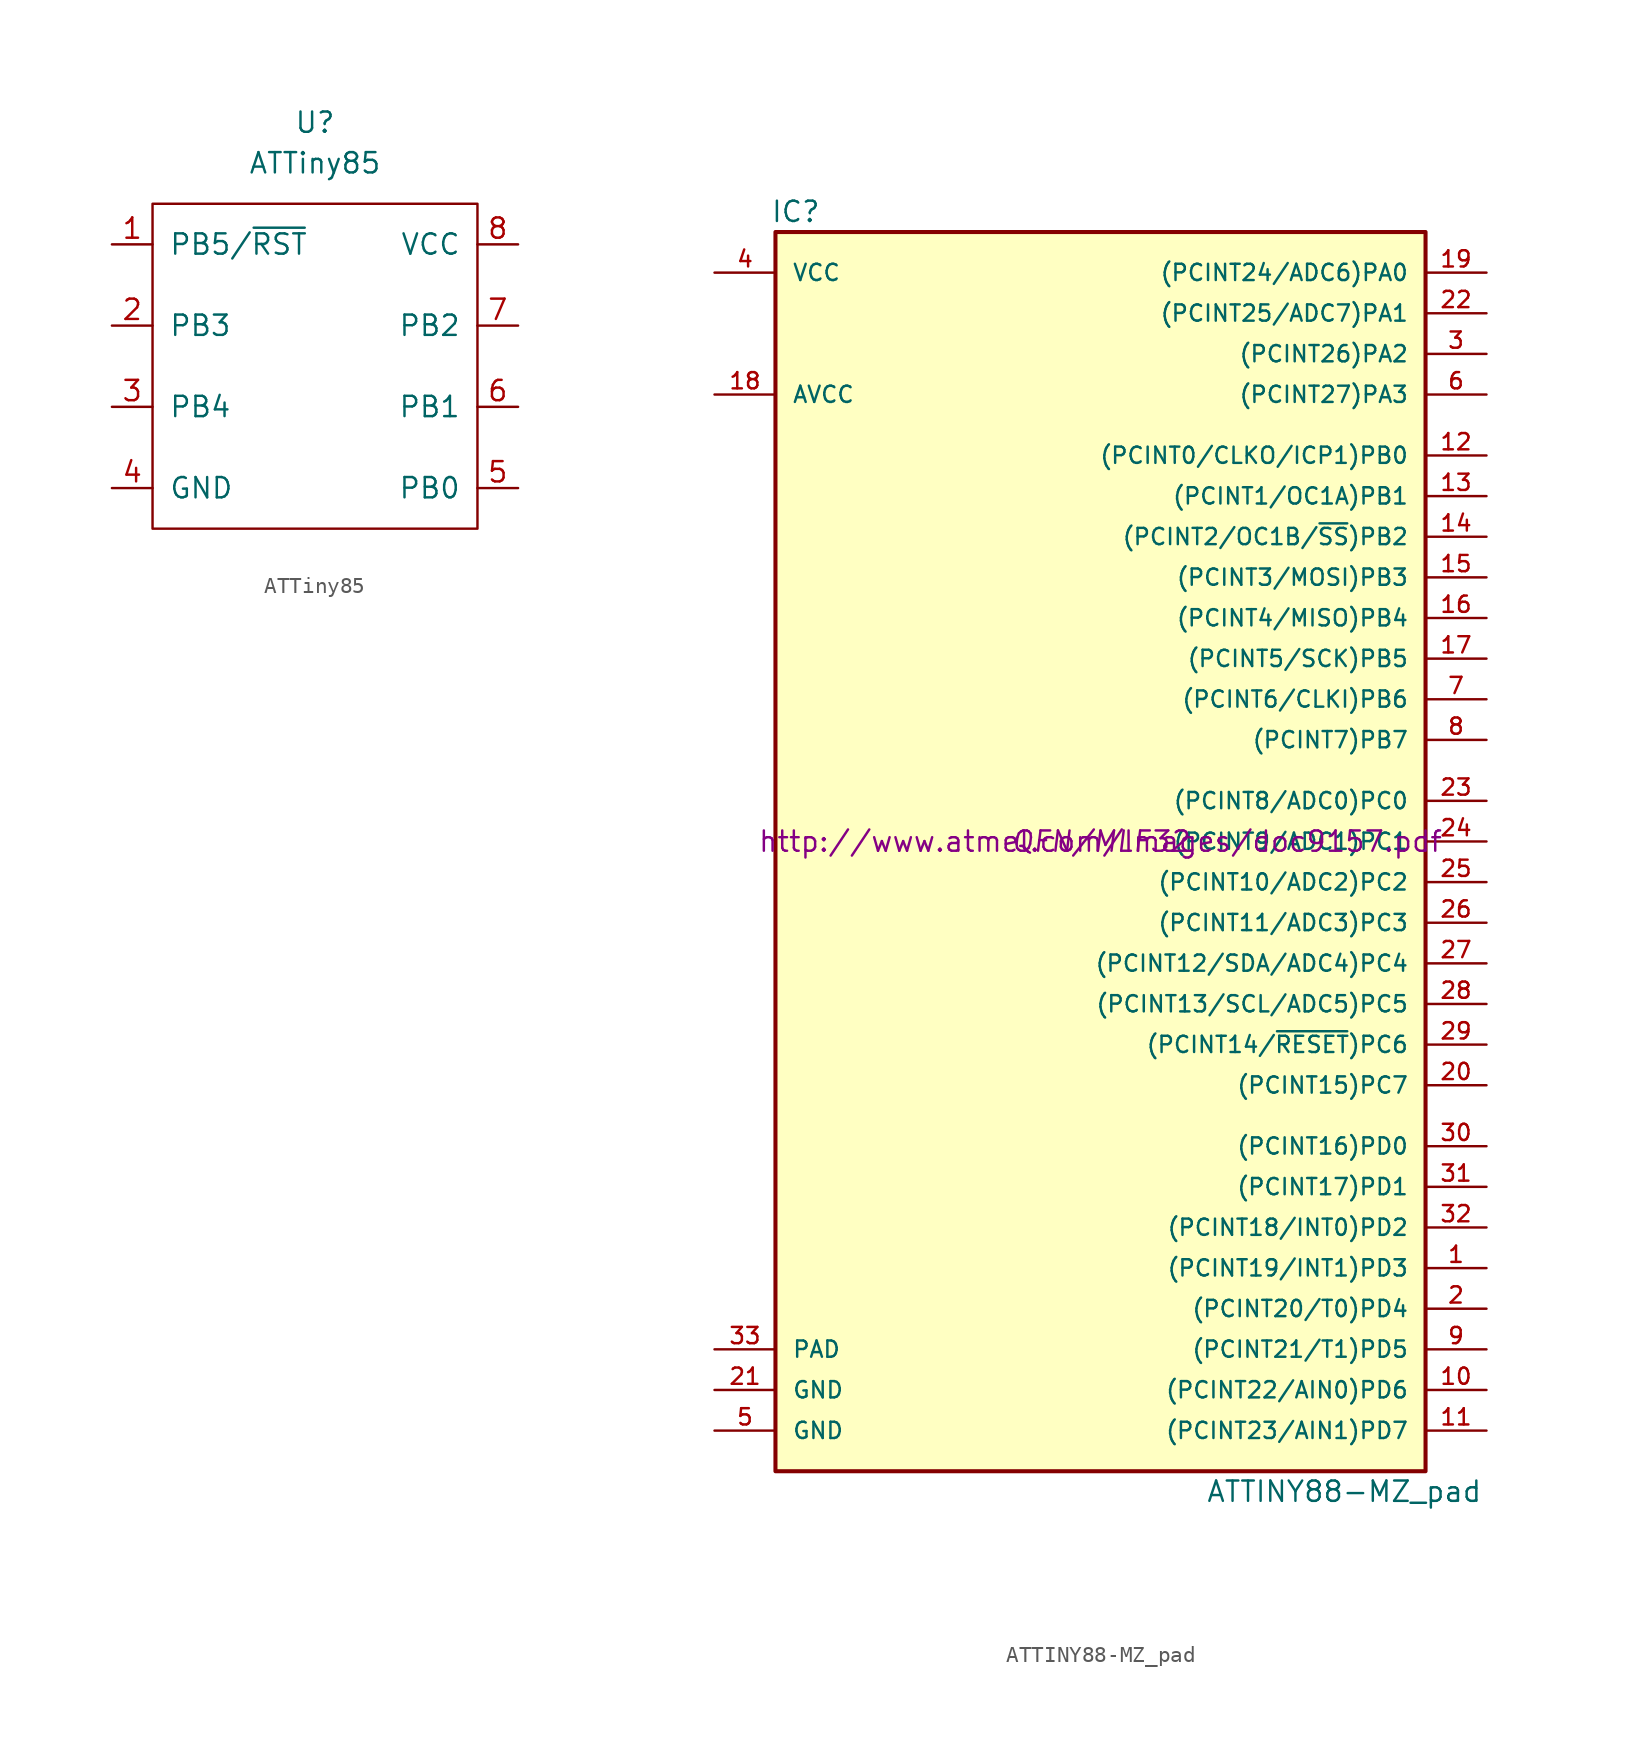
<source format=kicad_sym>
(kicad_symbol_lib
  (version 20211014)
  (generator kicad_symbol_editor)
  (symbol "ATTiny85"
    (pin_names
      (offset 1.016))
    (property "Reference" "U"
      (at 0 15.24 0)
      (effects (font (size 1.27 1.27))))
    (property "Value" "ATTiny85"
      (at 0 12.7 0)
      (effects (font (size 1.27 1.27))))
    (symbol "ATTiny85_0_1"
      (rectangle (start -10.16 10.16) (end 10.16 -10.16) (stroke (width 0) (type default) (color 0 0 0 0)) (fill (type none))))
    (symbol "ATTiny85_1_1"
      (pin input line (at -12.7 7.62 0) (length 2.54) (name "PB5/~{RST}" (effects (font (size 1.27 1.27)))) (number "1" (effects (font (size 1.27 1.27)))))
      (pin input line (at -12.7 2.54 0) (length 2.54) (name "PB3" (effects (font (size 1.27 1.27)))) (number "2" (effects (font (size 1.27 1.27)))))
      (pin input line (at -12.7 -2.54 0) (length 2.54) (name "PB4" (effects (font (size 1.27 1.27)))) (number "3" (effects (font (size 1.27 1.27)))))
      (pin passive line (at -12.7 -7.62 0) (length 2.54) (name "GND" (effects (font (size 1.27 1.27)))) (number "4" (effects (font (size 1.27 1.27)))))
      (pin passive line (at 12.7 -7.62 180) (length 2.54) (name "PB0" (effects (font (size 1.27 1.27)))) (number "5" (effects (font (size 1.27 1.27)))))
      (pin passive line (at 12.7 -2.54 180) (length 2.54) (name "PB1" (effects (font (size 1.27 1.27)))) (number "6" (effects (font (size 1.27 1.27)))))
      (pin passive line (at 12.7 2.54 180) (length 2.54) (name "PB2" (effects (font (size 1.27 1.27)))) (number "7" (effects (font (size 1.27 1.27)))))
      (pin power_in line (at 12.7 7.62 180) (length 2.54) (name "VCC" (effects (font (size 1.27 1.27)))) (number "8" (effects (font (size 1.27 1.27)))))))
  (symbol "ATTINY88-MZ_pad"
    (pin_names
      (offset 1.016))
    (property "Reference" "IC"
      (at -19.05 39.37 0)
      (effects (font (size 1.27 1.27))))
    (property "Value" "ATTINY88-MZ_pad"
      (at 15.24 -40.64 0)
      (effects (font (size 1.27 1.27))))
    (property "Footprint" "QFN/MLF32"
      (at 0 0 0)
      (effects (font (size 1.27 1.27) italic)))
    (property "Datasheet" "http://www.atmel.com/Images/doc9157.pdf"
      (at 0 0 0)
      (effects (font (size 1.27 1.27))))
    (symbol "ATTINY88-MZ_pad_0_1"
      (rectangle (start -20.32 38.1) (end 20.32 -39.37) (stroke (width 0.254) (type default) (color 0 0 0 0)) (fill (type background))))
    (symbol "ATTINY88-MZ_pad_1_1"
      (pin bidirectional line (at 24.13 -26.67 180) (length 3.81) (name "(PCINT19/INT1)PD3" (effects (font (size 1.016 1.016)))) (number "1" (effects (font (size 1.016 1.016)))))
      (pin bidirectional line (at 24.13 -34.29 180) (length 3.81) (name "(PCINT22/AIN0)PD6" (effects (font (size 1.016 1.016)))) (number "10" (effects (font (size 1.016 1.016)))))
      (pin bidirectional line (at 24.13 -36.83 180) (length 3.81) (name "(PCINT23/AIN1)PD7" (effects (font (size 1.016 1.016)))) (number "11" (effects (font (size 1.016 1.016)))))
      (pin bidirectional line (at 24.13 24.13 180) (length 3.81) (name "(PCINT0/CLKO/ICP1)PB0" (effects (font (size 1.016 1.016)))) (number "12" (effects (font (size 1.016 1.016)))))
      (pin bidirectional line (at 24.13 21.59 180) (length 3.81) (name "(PCINT1/OC1A)PB1" (effects (font (size 1.016 1.016)))) (number "13" (effects (font (size 1.016 1.016)))))
      (pin bidirectional line (at 24.13 19.05 180) (length 3.81) (name "(PCINT2/OC1B/~{SS})PB2" (effects (font (size 1.016 1.016)))) (number "14" (effects (font (size 1.016 1.016)))))
      (pin bidirectional line (at 24.13 16.51 180) (length 3.81) (name "(PCINT3/MOSI)PB3" (effects (font (size 1.016 1.016)))) (number "15" (effects (font (size 1.016 1.016)))))
      (pin bidirectional line (at 24.13 13.97 180) (length 3.81) (name "(PCINT4/MISO)PB4" (effects (font (size 1.016 1.016)))) (number "16" (effects (font (size 1.016 1.016)))))
      (pin bidirectional line (at 24.13 11.43 180) (length 3.81) (name "(PCINT5/SCK)PB5" (effects (font (size 1.016 1.016)))) (number "17" (effects (font (size 1.016 1.016)))))
      (pin power_in line (at -24.13 27.94 0) (length 3.81) (name "AVCC" (effects (font (size 1.016 1.016)))) (number "18" (effects (font (size 1.016 1.016)))))
      (pin bidirectional line (at 24.13 35.56 180) (length 3.81) (name "(PCINT24/ADC6)PA0" (effects (font (size 1.016 1.016)))) (number "19" (effects (font (size 1.016 1.016)))))
      (pin bidirectional line (at 24.13 -29.21 180) (length 3.81) (name "(PCINT20/T0)PD4" (effects (font (size 1.016 1.016)))) (number "2" (effects (font (size 1.016 1.016)))))
      (pin bidirectional line (at 24.13 -15.24 180) (length 3.81) (name "(PCINT15)PC7" (effects (font (size 1.016 1.016)))) (number "20" (effects (font (size 1.016 1.016)))))
      (pin power_in line (at -24.13 -34.29 0) (length 3.81) (name "GND" (effects (font (size 1.016 1.016)))) (number "21" (effects (font (size 1.016 1.016)))))
      (pin bidirectional line (at 24.13 33.02 180) (length 3.81) (name "(PCINT25/ADC7)PA1" (effects (font (size 1.016 1.016)))) (number "22" (effects (font (size 1.016 1.016)))))
      (pin bidirectional line (at 24.13 2.54 180) (length 3.81) (name "(PCINT8/ADC0)PC0" (effects (font (size 1.016 1.016)))) (number "23" (effects (font (size 1.016 1.016)))))
      (pin bidirectional line (at 24.13 0 180) (length 3.81) (name "(PCINT9/ADC1)PC1" (effects (font (size 1.016 1.016)))) (number "24" (effects (font (size 1.016 1.016)))))
      (pin bidirectional line (at 24.13 -2.54 180) (length 3.81) (name "(PCINT10/ADC2)PC2" (effects (font (size 1.016 1.016)))) (number "25" (effects (font (size 1.016 1.016)))))
      (pin bidirectional line (at 24.13 -5.08 180) (length 3.81) (name "(PCINT11/ADC3)PC3" (effects (font (size 1.016 1.016)))) (number "26" (effects (font (size 1.016 1.016)))))
      (pin bidirectional line (at 24.13 -7.62 180) (length 3.81) (name "(PCINT12/SDA/ADC4)PC4" (effects (font (size 1.016 1.016)))) (number "27" (effects (font (size 1.016 1.016)))))
      (pin bidirectional line (at 24.13 -10.16 180) (length 3.81) (name "(PCINT13/SCL/ADC5)PC5" (effects (font (size 1.016 1.016)))) (number "28" (effects (font (size 1.016 1.016)))))
      (pin bidirectional line (at 24.13 -12.7 180) (length 3.81) (name "(PCINT14/~{RESET})PC6" (effects (font (size 1.016 1.016)))) (number "29" (effects (font (size 1.016 1.016)))))
      (pin bidirectional line (at 24.13 30.48 180) (length 3.81) (name "(PCINT26)PA2" (effects (font (size 1.016 1.016)))) (number "3" (effects (font (size 1.016 1.016)))))
      (pin bidirectional line (at 24.13 -19.05 180) (length 3.81) (name "(PCINT16)PD0" (effects (font (size 1.016 1.016)))) (number "30" (effects (font (size 1.016 1.016)))))
      (pin bidirectional line (at 24.13 -21.59 180) (length 3.81) (name "(PCINT17)PD1" (effects (font (size 1.016 1.016)))) (number "31" (effects (font (size 1.016 1.016)))))
      (pin bidirectional line (at 24.13 -24.13 180) (length 3.81) (name "(PCINT18/INT0)PD2" (effects (font (size 1.016 1.016)))) (number "32" (effects (font (size 1.016 1.016)))))
      (pin power_in line (at -24.13 -31.75 0) (length 3.81) (name "PAD" (effects (font (size 1.016 1.016)))) (number "33" (effects (font (size 1.016 1.016)))))
      (pin power_in line (at -24.13 35.56 0) (length 3.81) (name "VCC" (effects (font (size 1.016 1.016)))) (number "4" (effects (font (size 1.016 1.016)))))
      (pin power_in line (at -24.13 -36.83 0) (length 3.81) (name "GND" (effects (font (size 1.016 1.016)))) (number "5" (effects (font (size 1.016 1.016)))))
      (pin bidirectional line (at 24.13 27.94 180) (length 3.81) (name "(PCINT27)PA3" (effects (font (size 1.016 1.016)))) (number "6" (effects (font (size 1.016 1.016)))))
      (pin bidirectional line (at 24.13 8.89 180) (length 3.81) (name "(PCINT6/CLKI)PB6" (effects (font (size 1.016 1.016)))) (number "7" (effects (font (size 1.016 1.016)))))
      (pin bidirectional line (at 24.13 6.35 180) (length 3.81) (name "(PCINT7)PB7" (effects (font (size 1.016 1.016)))) (number "8" (effects (font (size 1.016 1.016)))))
      (pin bidirectional line (at 24.13 -31.75 180) (length 3.81) (name "(PCINT21/T1)PD5" (effects (font (size 1.016 1.016)))) (number "9" (effects (font (size 1.016 1.016))))))))
</source>
